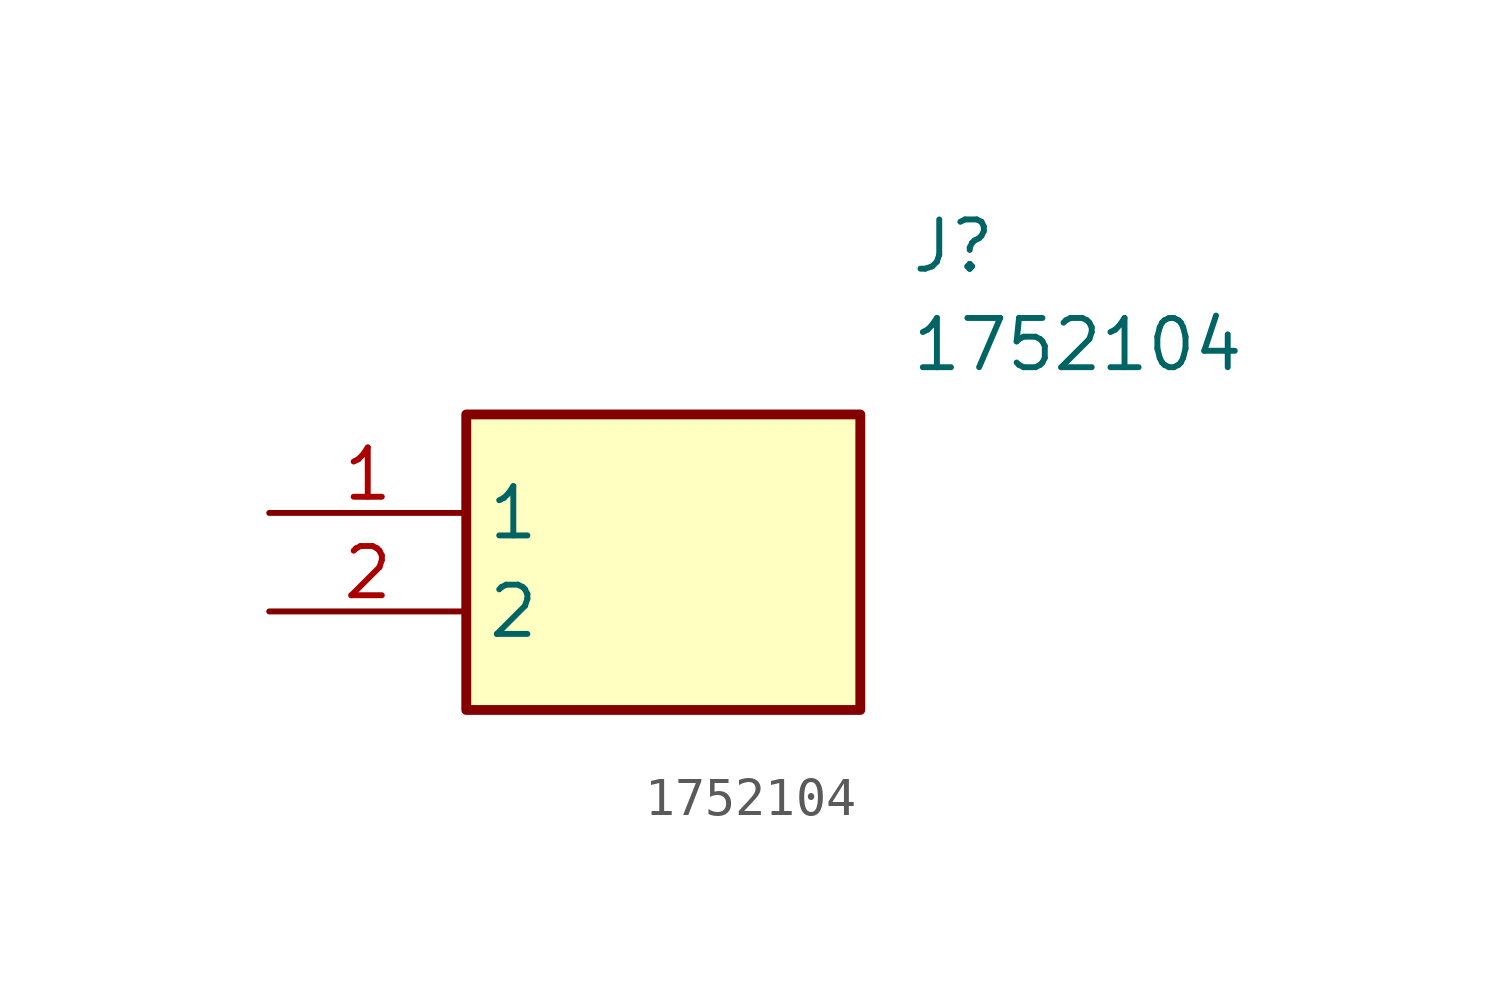
<source format=kicad_sym>
(kicad_symbol_lib
  (version 20211014)
  (generator SamacSys_ECAD_Model)
  (symbol "1752104"
    (property "Reference" "J"
      (at 16.51 7.62 0)
      (effects (font (size 1.27 1.27)) (justify left top)))
    (property "Value" "1752104"
      (at 16.51 5.08 0)
      (effects (font (size 1.27 1.27)) (justify left top)))
    (rectangle
      (start 5.08 2.54)
      (end 15.24 -5.08)
      (stroke (width 0.254) (type default))
      (fill (type background)))
    (pin passive line
      (at 0 0 0)
      (length 5.08)
      (name "1" (effects (font (size 1.27 1.27))))
      (number "1" (effects (font (size 1.27 1.27)))))
    (pin passive line
      (at 0 -2.54 0)
      (length 5.08)
      (name "2" (effects (font (size 1.27 1.27))))
      (number "2" (effects (font (size 1.27 1.27)))))))
</source>
